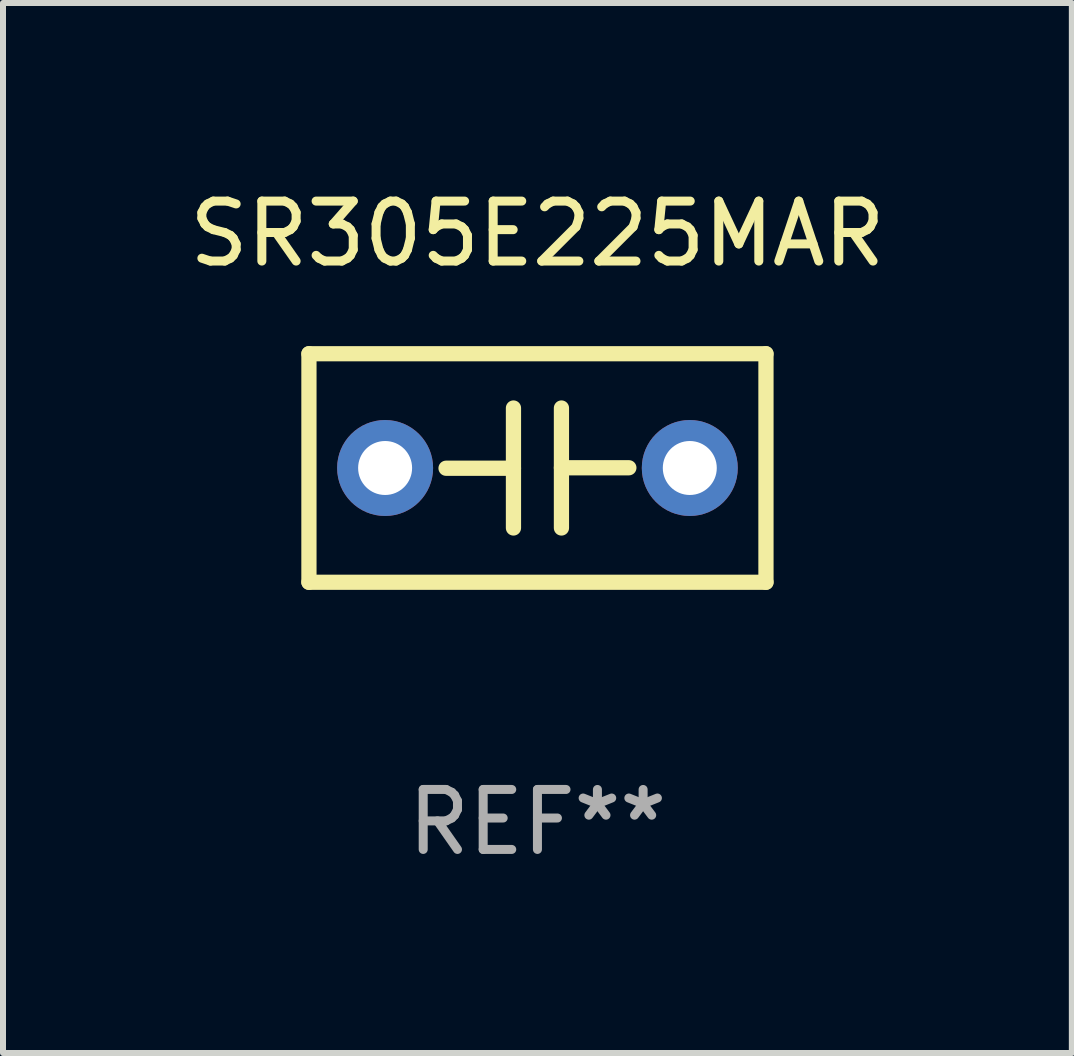
<source format=kicad_pcb>
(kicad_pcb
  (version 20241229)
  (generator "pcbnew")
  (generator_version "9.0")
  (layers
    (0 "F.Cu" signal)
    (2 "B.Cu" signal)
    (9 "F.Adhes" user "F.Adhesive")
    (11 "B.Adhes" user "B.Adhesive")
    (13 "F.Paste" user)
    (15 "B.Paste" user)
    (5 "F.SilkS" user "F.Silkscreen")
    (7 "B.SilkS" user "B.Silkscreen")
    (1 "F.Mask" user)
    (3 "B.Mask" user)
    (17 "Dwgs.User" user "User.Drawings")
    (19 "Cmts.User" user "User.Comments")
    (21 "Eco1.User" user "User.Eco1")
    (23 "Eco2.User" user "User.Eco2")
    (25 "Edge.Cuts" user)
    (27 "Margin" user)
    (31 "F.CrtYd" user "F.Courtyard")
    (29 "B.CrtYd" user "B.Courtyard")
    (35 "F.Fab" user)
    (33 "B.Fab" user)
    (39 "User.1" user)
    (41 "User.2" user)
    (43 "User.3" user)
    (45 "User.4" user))
  (footprint "SR305E225MAR"
    (layer "F.Cu")
    (at 5.911 4.753)
    (property "Reference" "SR305E225MAR" (at 0 -3.905 0) (layer "F.SilkS") (effects (font (size 1 1) (thickness 0.15))))
    (attr through_hole)
    (fp_line (start -3.81 -1.905) (end 3.81 -1.905) (stroke (width 0.254) (type solid)) (layer "F.SilkS"))
    (fp_line (start -3.81 1.905) (end -3.81 -1.905) (stroke (width 0.254) (type solid)) (layer "F.SilkS"))
    (fp_line (start -0.4 -1) (end -0.4 1) (stroke (width 0.254) (type solid)) (layer "F.SilkS"))
    (fp_line (start -0.4 0.004) (end -1.524 0.004) (stroke (width 0.254) (type solid)) (layer "F.SilkS"))
    (fp_line (start 0.4 -0.004) (end 1.524 -0.004) (stroke (width 0.254) (type solid)) (layer "F.SilkS"))
    (fp_line (start 0.4 1) (end 0.4 -1) (stroke (width 0.254) (type solid)) (layer "F.SilkS"))
    (fp_line (start 3.81 -1.905) (end 3.81 1.905) (stroke (width 0.254) (type solid)) (layer "F.SilkS"))
    (fp_line (start 3.81 1.905) (end -3.81 1.905) (stroke (width 0.254) (type solid)) (layer "F.SilkS"))
    (fp_circle (center -3.8 1.9) (end -3.77 1.9) (stroke (width 0.06) (type solid)) (fill no) (layer "F.SilkS"))
    (fp_text user "REF**" (at 0 5.905 0) (layer "F.Fab") (effects (font (size 1 1) (thickness 0.15))))
    (pad "1" thru_hole circle (at -2.54 0) (size 1.6 1.6) (drill 0.9) (layers "*.Cu" "*.Mask"))
    (pad "2" thru_hole circle (at 2.54 0) (size 1.6 1.6) (drill 0.9) (layers "*.Cu" "*.Mask")))
  (gr_rect
    (start -3 -3)
    (end 14.821 14.507)
    (stroke (width 0.1) (type default))
    (fill no)
    (layer "Edge.Cuts")))
</source>
